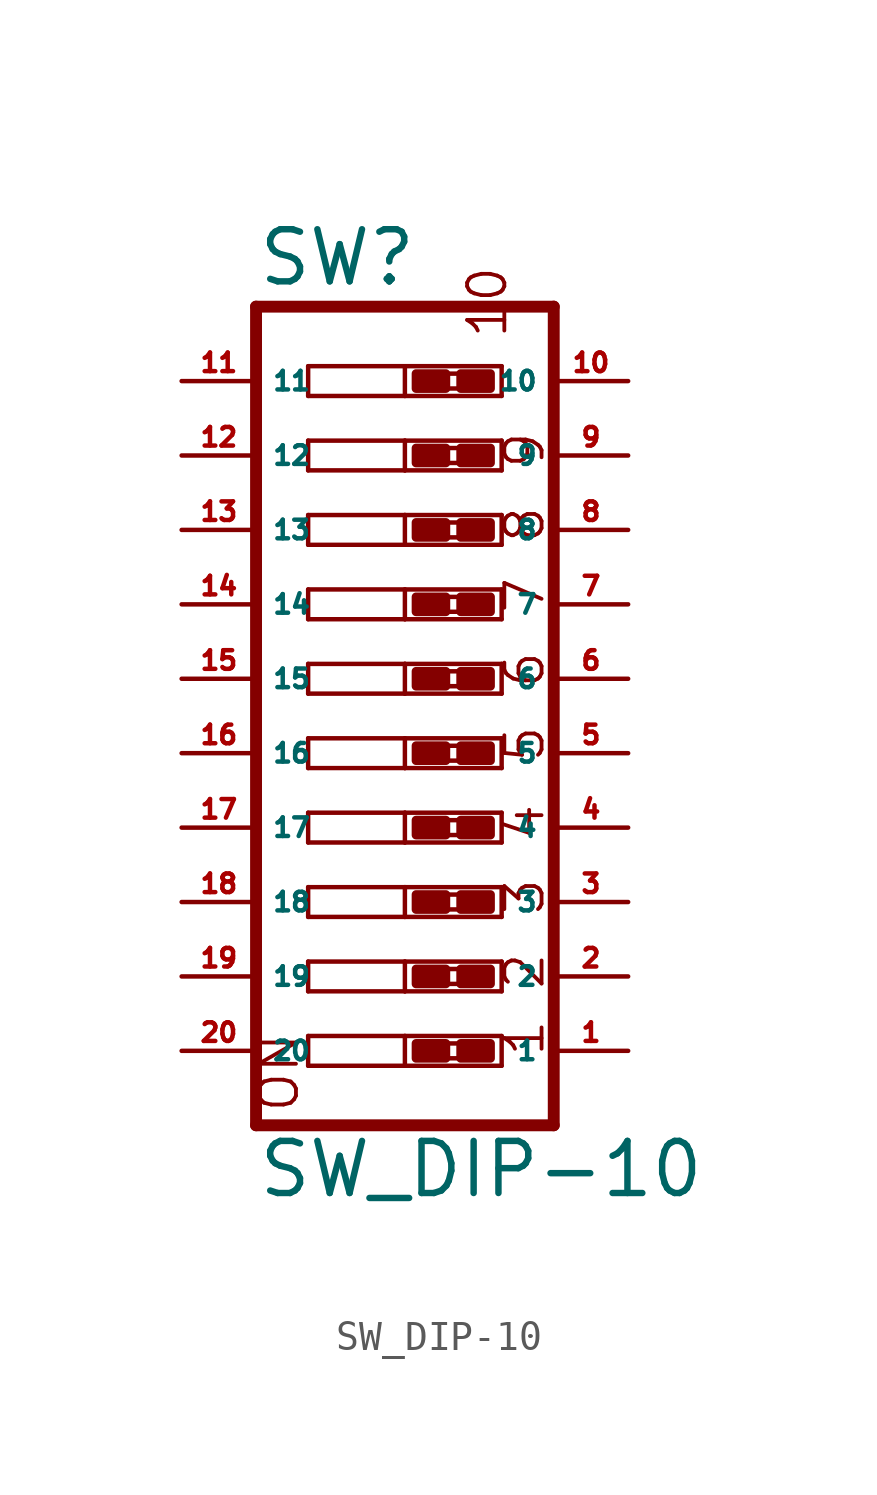
<source format=kicad_sym>
(kicad_symbol_lib
  (version 20220914)
  (generator Eagle2Kicad)
  (symbol "SW_DIP-10"
    (property "Reference" "SW"
      (at -5.08 13.335 0)
      (effects (font (size 1.778 1.778) (thickness 0.22)) (justify left bottom)))
    (property "Value" "SW_DIP-10"
      (at -5.08 -17.78 0)
      (effects (font (size 1.778 1.778) (thickness 0.22)) (justify left bottom)))
    (polyline
      (pts (xy -3.302 8.128) (xy 0 8.128))
      (stroke (width 0.152) (type default))
      (fill (type none)))
    (polyline
      (pts (xy 3.302 8.128) (xy 3.302 7.112))
      (stroke (width 0.152) (type default))
      (fill (type none)))
    (polyline
      (pts (xy 3.302 7.112) (xy 0 7.112))
      (stroke (width 0.152) (type default))
      (fill (type none)))
    (polyline
      (pts (xy -3.302 7.112) (xy -3.302 8.128))
      (stroke (width 0.152) (type default))
      (fill (type none)))
    (polyline
      (pts (xy 0 8.128) (xy 0 7.112))
      (stroke (width 0.152) (type default))
      (fill (type none)))
    (polyline
      (pts (xy 0 8.128) (xy 3.302 8.128))
      (stroke (width 0.152) (type default))
      (fill (type none)))
    (polyline
      (pts (xy 0 7.112) (xy -3.302 7.112))
      (stroke (width 0.152) (type default))
      (fill (type none)))
    (polyline
      (pts (xy -3.302 5.588) (xy 0 5.588))
      (stroke (width 0.152) (type default))
      (fill (type none)))
    (polyline
      (pts (xy 3.302 5.588) (xy 3.302 4.572))
      (stroke (width 0.152) (type default))
      (fill (type none)))
    (polyline
      (pts (xy 3.302 4.572) (xy 0 4.572))
      (stroke (width 0.152) (type default))
      (fill (type none)))
    (polyline
      (pts (xy -3.302 4.572) (xy -3.302 5.588))
      (stroke (width 0.152) (type default))
      (fill (type none)))
    (polyline
      (pts (xy 0 5.588) (xy 0 4.572))
      (stroke (width 0.152) (type default))
      (fill (type none)))
    (polyline
      (pts (xy 0 5.588) (xy 3.302 5.588))
      (stroke (width 0.152) (type default))
      (fill (type none)))
    (polyline
      (pts (xy 0 4.572) (xy -3.302 4.572))
      (stroke (width 0.152) (type default))
      (fill (type none)))
    (polyline
      (pts (xy -3.302 3.048) (xy 0 3.048))
      (stroke (width 0.152) (type default))
      (fill (type none)))
    (polyline
      (pts (xy 3.302 3.048) (xy 3.302 2.032))
      (stroke (width 0.152) (type default))
      (fill (type none)))
    (polyline
      (pts (xy 3.302 2.032) (xy 0 2.032))
      (stroke (width 0.152) (type default))
      (fill (type none)))
    (polyline
      (pts (xy -3.302 2.032) (xy -3.302 3.048))
      (stroke (width 0.152) (type default))
      (fill (type none)))
    (polyline
      (pts (xy 0 3.048) (xy 0 2.032))
      (stroke (width 0.152) (type default))
      (fill (type none)))
    (polyline
      (pts (xy 0 3.048) (xy 3.302 3.048))
      (stroke (width 0.152) (type default))
      (fill (type none)))
    (polyline
      (pts (xy 0 2.032) (xy -3.302 2.032))
      (stroke (width 0.152) (type default))
      (fill (type none)))
    (polyline
      (pts (xy -3.302 0.508) (xy 0 0.508))
      (stroke (width 0.152) (type default))
      (fill (type none)))
    (polyline
      (pts (xy 3.302 0.508) (xy 3.302 -0.508))
      (stroke (width 0.152) (type default))
      (fill (type none)))
    (polyline
      (pts (xy 3.302 -0.508) (xy 0 -0.508))
      (stroke (width 0.152) (type default))
      (fill (type none)))
    (polyline
      (pts (xy -3.302 -0.508) (xy -3.302 0.508))
      (stroke (width 0.152) (type default))
      (fill (type none)))
    (polyline
      (pts (xy 0 0.508) (xy 0 -0.508))
      (stroke (width 0.152) (type default))
      (fill (type none)))
    (polyline
      (pts (xy 0 0.508) (xy 3.302 0.508))
      (stroke (width 0.152) (type default))
      (fill (type none)))
    (polyline
      (pts (xy 0 -0.508) (xy -3.302 -0.508))
      (stroke (width 0.152) (type default))
      (fill (type none)))
    (polyline
      (pts (xy -3.302 -2.032) (xy 0 -2.032))
      (stroke (width 0.152) (type default))
      (fill (type none)))
    (polyline
      (pts (xy 3.302 -2.032) (xy 3.302 -3.048))
      (stroke (width 0.152) (type default))
      (fill (type none)))
    (polyline
      (pts (xy 3.302 -3.048) (xy 0 -3.048))
      (stroke (width 0.152) (type default))
      (fill (type none)))
    (polyline
      (pts (xy -3.302 -3.048) (xy -3.302 -2.032))
      (stroke (width 0.152) (type default))
      (fill (type none)))
    (polyline
      (pts (xy 0 -2.032) (xy 0 -3.048))
      (stroke (width 0.152) (type default))
      (fill (type none)))
    (polyline
      (pts (xy 0 -2.032) (xy 3.302 -2.032))
      (stroke (width 0.152) (type default))
      (fill (type none)))
    (polyline
      (pts (xy 0 -3.048) (xy -3.302 -3.048))
      (stroke (width 0.152) (type default))
      (fill (type none)))
    (polyline
      (pts (xy -3.302 -4.572) (xy 0 -4.572))
      (stroke (width 0.152) (type default))
      (fill (type none)))
    (polyline
      (pts (xy 3.302 -4.572) (xy 3.302 -5.588))
      (stroke (width 0.152) (type default))
      (fill (type none)))
    (polyline
      (pts (xy 3.302 -5.588) (xy 0 -5.588))
      (stroke (width 0.152) (type default))
      (fill (type none)))
    (polyline
      (pts (xy -3.302 -5.588) (xy -3.302 -4.572))
      (stroke (width 0.152) (type default))
      (fill (type none)))
    (polyline
      (pts (xy 0 -4.572) (xy 0 -5.588))
      (stroke (width 0.152) (type default))
      (fill (type none)))
    (polyline
      (pts (xy 0 -4.572) (xy 3.302 -4.572))
      (stroke (width 0.152) (type default))
      (fill (type none)))
    (polyline
      (pts (xy 0 -5.588) (xy -3.302 -5.588))
      (stroke (width 0.152) (type default))
      (fill (type none)))
    (polyline
      (pts (xy -3.302 -7.112) (xy 0 -7.112))
      (stroke (width 0.152) (type default))
      (fill (type none)))
    (polyline
      (pts (xy 3.302 -7.112) (xy 3.302 -8.128))
      (stroke (width 0.152) (type default))
      (fill (type none)))
    (polyline
      (pts (xy 3.302 -8.128) (xy 0 -8.128))
      (stroke (width 0.152) (type default))
      (fill (type none)))
    (polyline
      (pts (xy -3.302 -8.128) (xy -3.302 -7.112))
      (stroke (width 0.152) (type default))
      (fill (type none)))
    (polyline
      (pts (xy 0 -7.112) (xy 0 -8.128))
      (stroke (width 0.152) (type default))
      (fill (type none)))
    (polyline
      (pts (xy 0 -7.112) (xy 3.302 -7.112))
      (stroke (width 0.152) (type default))
      (fill (type none)))
    (polyline
      (pts (xy 0 -8.128) (xy -3.302 -8.128))
      (stroke (width 0.152) (type default))
      (fill (type none)))
    (polyline
      (pts (xy -3.302 -9.652) (xy 0 -9.652))
      (stroke (width 0.152) (type default))
      (fill (type none)))
    (polyline
      (pts (xy 3.302 -9.652) (xy 3.302 -10.668))
      (stroke (width 0.152) (type default))
      (fill (type none)))
    (polyline
      (pts (xy 3.302 -10.668) (xy 0 -10.668))
      (stroke (width 0.152) (type default))
      (fill (type none)))
    (polyline
      (pts (xy -3.302 -10.668) (xy -3.302 -9.652))
      (stroke (width 0.152) (type default))
      (fill (type none)))
    (polyline
      (pts (xy 0 -9.652) (xy 0 -10.668))
      (stroke (width 0.152) (type default))
      (fill (type none)))
    (polyline
      (pts (xy 0 -9.652) (xy 3.302 -9.652))
      (stroke (width 0.152) (type default))
      (fill (type none)))
    (polyline
      (pts (xy 0 -10.668) (xy -3.302 -10.668))
      (stroke (width 0.152) (type default))
      (fill (type none)))
    (polyline
      (pts (xy -3.302 -12.192) (xy 0 -12.192))
      (stroke (width 0.152) (type default))
      (fill (type none)))
    (polyline
      (pts (xy 3.302 -12.192) (xy 3.302 -13.208))
      (stroke (width 0.152) (type default))
      (fill (type none)))
    (polyline
      (pts (xy 3.302 -13.208) (xy 0 -13.208))
      (stroke (width 0.152) (type default))
      (fill (type none)))
    (polyline
      (pts (xy -3.302 -13.208) (xy -3.302 -12.192))
      (stroke (width 0.152) (type default))
      (fill (type none)))
    (polyline
      (pts (xy 0 -12.192) (xy 0 -13.208))
      (stroke (width 0.152) (type default))
      (fill (type none)))
    (polyline
      (pts (xy 0 -12.192) (xy 3.302 -12.192))
      (stroke (width 0.152) (type default))
      (fill (type none)))
    (polyline
      (pts (xy 0 -13.208) (xy -3.302 -13.208))
      (stroke (width 0.152) (type default))
      (fill (type none)))
    (polyline
      (pts (xy -5.08 12.7) (xy -5.08 -15.24))
      (stroke (width 0.406) (type default))
      (fill (type none)))
    (polyline
      (pts (xy -5.08 -15.24) (xy 5.08 -15.24))
      (stroke (width 0.406) (type default))
      (fill (type none)))
    (polyline
      (pts (xy 5.08 -15.24) (xy 5.08 12.7))
      (stroke (width 0.406) (type default))
      (fill (type none)))
    (polyline
      (pts (xy 5.08 12.7) (xy -5.08 12.7))
      (stroke (width 0.406) (type default))
      (fill (type none)))
    (polyline
      (pts (xy 1.397 5.334) (xy 1.905 5.334))
      (stroke (width 0) (type default))
      (fill (type none)))
    (polyline
      (pts (xy 1.397 4.826) (xy 1.905 4.826))
      (stroke (width 0) (type default))
      (fill (type none)))
    (polyline
      (pts (xy 1.397 7.874) (xy 1.905 7.874))
      (stroke (width 0) (type default))
      (fill (type none)))
    (polyline
      (pts (xy 1.397 7.366) (xy 1.905 7.366))
      (stroke (width 0) (type default))
      (fill (type none)))
    (polyline
      (pts (xy 1.397 2.794) (xy 1.905 2.794))
      (stroke (width 0) (type default))
      (fill (type none)))
    (polyline
      (pts (xy 1.397 2.286) (xy 1.905 2.286))
      (stroke (width 0) (type default))
      (fill (type none)))
    (polyline
      (pts (xy 1.397 0.254) (xy 1.905 0.254))
      (stroke (width 0) (type default))
      (fill (type none)))
    (polyline
      (pts (xy 1.397 -0.254) (xy 1.905 -0.254))
      (stroke (width 0) (type default))
      (fill (type none)))
    (polyline
      (pts (xy 1.397 -2.286) (xy 1.905 -2.286))
      (stroke (width 0) (type default))
      (fill (type none)))
    (polyline
      (pts (xy 1.397 -2.794) (xy 1.905 -2.794))
      (stroke (width 0) (type default))
      (fill (type none)))
    (polyline
      (pts (xy 1.397 -4.826) (xy 1.905 -4.826))
      (stroke (width 0) (type default))
      (fill (type none)))
    (polyline
      (pts (xy 1.397 -5.334) (xy 1.905 -5.334))
      (stroke (width 0) (type default))
      (fill (type none)))
    (polyline
      (pts (xy 1.397 -7.366) (xy 1.905 -7.366))
      (stroke (width 0) (type default))
      (fill (type none)))
    (polyline
      (pts (xy 1.397 -7.874) (xy 1.905 -7.874))
      (stroke (width 0) (type default))
      (fill (type none)))
    (polyline
      (pts (xy 1.397 -9.906) (xy 1.905 -9.906))
      (stroke (width 0) (type default))
      (fill (type none)))
    (polyline
      (pts (xy 1.397 -10.414) (xy 1.905 -10.414))
      (stroke (width 0) (type default))
      (fill (type none)))
    (polyline
      (pts (xy 1.397 -12.446) (xy 1.905 -12.446))
      (stroke (width 0) (type default))
      (fill (type none)))
    (polyline
      (pts (xy 1.397 -12.954) (xy 1.905 -12.954))
      (stroke (width 0) (type default))
      (fill (type none)))
    (polyline
      (pts (xy -3.302 10.668) (xy 0 10.668))
      (stroke (width 0.152) (type default))
      (fill (type none)))
    (polyline
      (pts (xy 3.302 10.668) (xy 3.302 9.652))
      (stroke (width 0.152) (type default))
      (fill (type none)))
    (polyline
      (pts (xy 3.302 9.652) (xy 0 9.652))
      (stroke (width 0.152) (type default))
      (fill (type none)))
    (polyline
      (pts (xy -3.302 9.652) (xy -3.302 10.668))
      (stroke (width 0.152) (type default))
      (fill (type none)))
    (polyline
      (pts (xy 0 10.668) (xy 0 9.652))
      (stroke (width 0.152) (type default))
      (fill (type none)))
    (polyline
      (pts (xy 0 10.668) (xy 3.302 10.668))
      (stroke (width 0.152) (type default))
      (fill (type none)))
    (polyline
      (pts (xy 0 9.652) (xy -3.302 9.652))
      (stroke (width 0.152) (type default))
      (fill (type none)))
    (polyline
      (pts (xy 1.397 10.414) (xy 1.905 10.414))
      (stroke (width 0) (type default))
      (fill (type none)))
    (polyline
      (pts (xy 1.397 9.906) (xy 1.905 9.906))
      (stroke (width 0) (type default))
      (fill (type none)))
    (text "1"
      (at 4.826 -12.954 900)
      (effects (font (size 1.27 1.27) (thickness 0.13)) (justify left bottom)))
    (text "2"
      (at 4.826 -10.668 900)
      (effects (font (size 1.27 1.27) (thickness 0.13)) (justify left bottom)))
    (text "3"
      (at 4.826 -8.128 900)
      (effects (font (size 1.27 1.27) (thickness 0.13)) (justify left bottom)))
    (text "4"
      (at 4.826 -5.588 900)
      (effects (font (size 1.27 1.27) (thickness 0.13)) (justify left bottom)))
    (text "5"
      (at 4.826 -2.921 900)
      (effects (font (size 1.27 1.27) (thickness 0.13)) (justify left bottom)))
    (text "6"
      (at 4.826 -0.381 900)
      (effects (font (size 1.27 1.27) (thickness 0.13)) (justify left bottom)))
    (text "7"
      (at 4.826 2.159 900)
      (effects (font (size 1.27 1.27) (thickness 0.13)) (justify left bottom)))
    (text "8"
      (at 4.826 4.572 900)
      (effects (font (size 1.27 1.27) (thickness 0.13)) (justify left bottom)))
    (text "9"
      (at 4.826 7.112 900)
      (effects (font (size 1.27 1.27) (thickness 0.13)) (justify left bottom)))
    (text "ON"
      (at -3.556 -14.859 900)
      (effects (font (size 1.27 1.27) (thickness 0.13)) (justify left bottom)))
    (text "10"
      (at 3.556 11.557 2700)
      (effects (font (size 1.27 1.27) (thickness 0.13)) (justify left bottom)))
    (rectangle
      (start 0.381 4.826)
      (end 1.397 5.334)
      (stroke (width 0.3) (type default))
      (fill (type outline)))
    (rectangle
      (start 1.905 4.826)
      (end 2.921 5.334)
      (stroke (width 0.3) (type default))
      (fill (type outline)))
    (rectangle
      (start 0.381 7.366)
      (end 1.397 7.874)
      (stroke (width 0.3) (type default))
      (fill (type outline)))
    (rectangle
      (start 1.905 7.366)
      (end 2.921 7.874)
      (stroke (width 0.3) (type default))
      (fill (type outline)))
    (rectangle
      (start 0.381 2.286)
      (end 1.397 2.794)
      (stroke (width 0.3) (type default))
      (fill (type outline)))
    (rectangle
      (start 1.905 2.286)
      (end 2.921 2.794)
      (stroke (width 0.3) (type default))
      (fill (type outline)))
    (rectangle
      (start 0.381 -0.254)
      (end 1.397 0.254)
      (stroke (width 0.3) (type default))
      (fill (type outline)))
    (rectangle
      (start 1.905 -0.254)
      (end 2.921 0.254)
      (stroke (width 0.3) (type default))
      (fill (type outline)))
    (rectangle
      (start 0.381 -2.794)
      (end 1.397 -2.286)
      (stroke (width 0.3) (type default))
      (fill (type outline)))
    (rectangle
      (start 1.905 -2.794)
      (end 2.921 -2.286)
      (stroke (width 0.3) (type default))
      (fill (type outline)))
    (rectangle
      (start 0.381 -5.334)
      (end 1.397 -4.826)
      (stroke (width 0.3) (type default))
      (fill (type outline)))
    (rectangle
      (start 1.905 -5.334)
      (end 2.921 -4.826)
      (stroke (width 0.3) (type default))
      (fill (type outline)))
    (rectangle
      (start 0.381 -7.874)
      (end 1.397 -7.366)
      (stroke (width 0.3) (type default))
      (fill (type outline)))
    (rectangle
      (start 1.905 -7.874)
      (end 2.921 -7.366)
      (stroke (width 0.3) (type default))
      (fill (type outline)))
    (rectangle
      (start 0.381 -10.414)
      (end 1.397 -9.906)
      (stroke (width 0.3) (type default))
      (fill (type outline)))
    (rectangle
      (start 1.905 -10.414)
      (end 2.921 -9.906)
      (stroke (width 0.3) (type default))
      (fill (type outline)))
    (rectangle
      (start 0.381 -12.954)
      (end 1.397 -12.446)
      (stroke (width 0.3) (type default))
      (fill (type outline)))
    (rectangle
      (start 1.905 -12.954)
      (end 2.921 -12.446)
      (stroke (width 0.3) (type default))
      (fill (type outline)))
    (rectangle
      (start 0.381 9.906)
      (end 1.397 10.414)
      (stroke (width 0.3) (type default))
      (fill (type outline)))
    (rectangle
      (start 1.905 9.906)
      (end 2.921 10.414)
      (stroke (width 0.3) (type default))
      (fill (type outline)))
    (pin passive line
      (at -7.62 7.62 0)
      (length 2.54)
      (name "12" (effects (font (size 0.635 0.635) (thickness 0.08)) (justify left bottom)))
      (number "12" (effects (font (size 0.635 0.635) (thickness 0.08)) (justify left bottom))))
    (pin passive line
      (at -7.62 5.08 0)
      (length 2.54)
      (name "13" (effects (font (size 0.635 0.635) (thickness 0.08)) (justify left bottom)))
      (number "13" (effects (font (size 0.635 0.635) (thickness 0.08)) (justify left bottom))))
    (pin passive line
      (at -7.62 2.54 0)
      (length 2.54)
      (name "14" (effects (font (size 0.635 0.635) (thickness 0.08)) (justify left bottom)))
      (number "14" (effects (font (size 0.635 0.635) (thickness 0.08)) (justify left bottom))))
    (pin passive line
      (at -7.62 0 0)
      (length 2.54)
      (name "15" (effects (font (size 0.635 0.635) (thickness 0.08)) (justify left bottom)))
      (number "15" (effects (font (size 0.635 0.635) (thickness 0.08)) (justify left bottom))))
    (pin passive line
      (at -7.62 -2.54 0)
      (length 2.54)
      (name "16" (effects (font (size 0.635 0.635) (thickness 0.08)) (justify left bottom)))
      (number "16" (effects (font (size 0.635 0.635) (thickness 0.08)) (justify left bottom))))
    (pin passive line
      (at -7.62 -5.08 0)
      (length 2.54)
      (name "17" (effects (font (size 0.635 0.635) (thickness 0.08)) (justify left bottom)))
      (number "17" (effects (font (size 0.635 0.635) (thickness 0.08)) (justify left bottom))))
    (pin passive line
      (at -7.62 -7.62 0)
      (length 2.54)
      (name "18" (effects (font (size 0.635 0.635) (thickness 0.08)) (justify left bottom)))
      (number "18" (effects (font (size 0.635 0.635) (thickness 0.08)) (justify left bottom))))
    (pin passive line
      (at -7.62 -10.16 0)
      (length 2.54)
      (name "19" (effects (font (size 0.635 0.635) (thickness 0.08)) (justify left bottom)))
      (number "19" (effects (font (size 0.635 0.635) (thickness 0.08)) (justify left bottom))))
    (pin passive line
      (at -7.62 -12.7 0)
      (length 2.54)
      (name "20" (effects (font (size 0.635 0.635) (thickness 0.08)) (justify left bottom)))
      (number "20" (effects (font (size 0.635 0.635) (thickness 0.08)) (justify left bottom))))
    (pin passive line
      (at 7.62 -12.7 180)
      (length 2.54)
      (name "1" (effects (font (size 0.635 0.635) (thickness 0.08)) (justify left bottom)))
      (number "1" (effects (font (size 0.635 0.635) (thickness 0.08)) (justify left bottom))))
    (pin passive line
      (at 7.62 -10.16 180)
      (length 2.54)
      (name "2" (effects (font (size 0.635 0.635) (thickness 0.08)) (justify left bottom)))
      (number "2" (effects (font (size 0.635 0.635) (thickness 0.08)) (justify left bottom))))
    (pin passive line
      (at 7.62 -7.62 180)
      (length 2.54)
      (name "3" (effects (font (size 0.635 0.635) (thickness 0.08)) (justify left bottom)))
      (number "3" (effects (font (size 0.635 0.635) (thickness 0.08)) (justify left bottom))))
    (pin passive line
      (at 7.62 -5.08 180)
      (length 2.54)
      (name "4" (effects (font (size 0.635 0.635) (thickness 0.08)) (justify left bottom)))
      (number "4" (effects (font (size 0.635 0.635) (thickness 0.08)) (justify left bottom))))
    (pin passive line
      (at 7.62 -2.54 180)
      (length 2.54)
      (name "5" (effects (font (size 0.635 0.635) (thickness 0.08)) (justify left bottom)))
      (number "5" (effects (font (size 0.635 0.635) (thickness 0.08)) (justify left bottom))))
    (pin passive line
      (at 7.62 0 180)
      (length 2.54)
      (name "6" (effects (font (size 0.635 0.635) (thickness 0.08)) (justify left bottom)))
      (number "6" (effects (font (size 0.635 0.635) (thickness 0.08)) (justify left bottom))))
    (pin passive line
      (at 7.62 2.54 180)
      (length 2.54)
      (name "7" (effects (font (size 0.635 0.635) (thickness 0.08)) (justify left bottom)))
      (number "7" (effects (font (size 0.635 0.635) (thickness 0.08)) (justify left bottom))))
    (pin passive line
      (at 7.62 5.08 180)
      (length 2.54)
      (name "8" (effects (font (size 0.635 0.635) (thickness 0.08)) (justify left bottom)))
      (number "8" (effects (font (size 0.635 0.635) (thickness 0.08)) (justify left bottom))))
    (pin passive line
      (at 7.62 7.62 180)
      (length 2.54)
      (name "9" (effects (font (size 0.635 0.635) (thickness 0.08)) (justify left bottom)))
      (number "9" (effects (font (size 0.635 0.635) (thickness 0.08)) (justify left bottom))))
    (pin passive line
      (at 7.62 10.16 180)
      (length 2.54)
      (name "10" (effects (font (size 0.635 0.635) (thickness 0.08)) (justify left bottom)))
      (number "10" (effects (font (size 0.635 0.635) (thickness 0.08)) (justify left bottom))))
    (pin passive line
      (at -7.62 10.16 0)
      (length 2.54)
      (name "11" (effects (font (size 0.635 0.635) (thickness 0.08)) (justify left bottom)))
      (number "11" (effects (font (size 0.635 0.635) (thickness 0.08)) (justify left bottom))))))
</source>
